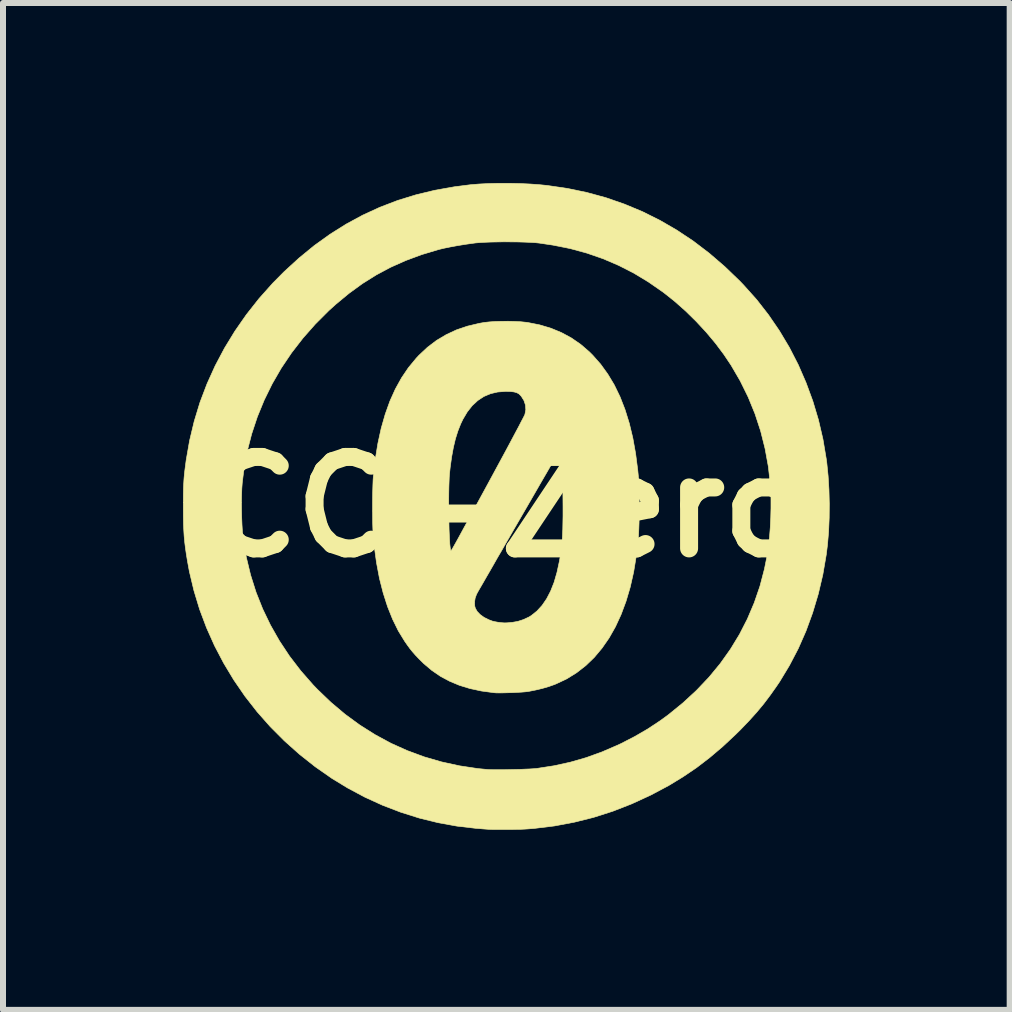
<source format=kicad_pcb>
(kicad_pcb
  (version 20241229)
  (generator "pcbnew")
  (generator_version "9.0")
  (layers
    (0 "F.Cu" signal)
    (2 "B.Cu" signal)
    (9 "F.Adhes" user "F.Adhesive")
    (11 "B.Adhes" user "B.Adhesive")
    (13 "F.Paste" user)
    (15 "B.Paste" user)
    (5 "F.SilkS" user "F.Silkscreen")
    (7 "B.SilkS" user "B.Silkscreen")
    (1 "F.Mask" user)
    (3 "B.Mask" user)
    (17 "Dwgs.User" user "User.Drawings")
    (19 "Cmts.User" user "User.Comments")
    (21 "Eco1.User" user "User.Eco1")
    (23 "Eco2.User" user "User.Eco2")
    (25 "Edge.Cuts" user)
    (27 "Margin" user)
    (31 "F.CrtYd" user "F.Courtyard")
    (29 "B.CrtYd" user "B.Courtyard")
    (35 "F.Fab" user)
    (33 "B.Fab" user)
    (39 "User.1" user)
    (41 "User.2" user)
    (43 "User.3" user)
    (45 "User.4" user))
  (footprint "CC-Zero"
    (layer "F.Cu")
    (at 5.386 5.4)
    (property "Reference" "CC-Zero" (at 0 0 0) (layer "F.SilkS") (effects (font (size 1.524 1.524) (thickness 0.3))))
    (attr through_hole)
    (fp_poly (pts (xy 0.054 -5.395) (xy 0.231 -5.391) (xy 0.403 -5.383) (xy 0.565 -5.371) (xy 0.683 -5.359) (xy 1.019 -5.31) (xy 1.345 -5.242) (xy 1.663 -5.155) (xy 1.971 -5.048) (xy 2.271 -4.923) (xy 2.562 -4.778) (xy 2.845 -4.614) (xy 3.12 -4.431) (xy 3.386 -4.228) (xy 3.645 -4.005) (xy 3.896 -3.763) (xy 3.958 -3.698) (xy 4.173 -3.458) (xy 4.371 -3.204) (xy 4.553 -2.938) (xy 4.719 -2.66) (xy 4.867 -2.372) (xy 4.997 -2.073) (xy 5.11 -1.766) (xy 5.204 -1.452) (xy 5.279 -1.13) (xy 5.334 -0.802) (xy 5.343 -0.736) (xy 5.365 -0.518) (xy 5.379 -0.289) (xy 5.385 -0.054) (xy 5.383 0.181) (xy 5.373 0.412) (xy 5.354 0.633) (xy 5.334 0.794) (xy 5.277 1.126) (xy 5.201 1.449) (xy 5.107 1.763) (xy 4.996 2.067) (xy 4.867 2.36) (xy 4.72 2.641) (xy 4.557 2.911) (xy 4.511 2.979) (xy 4.403 3.132) (xy 4.293 3.278) (xy 4.176 3.419) (xy 4.049 3.56) (xy 3.91 3.705) (xy 3.825 3.789) (xy 3.609 3.991) (xy 3.392 4.175) (xy 3.172 4.344) (xy 2.944 4.498) (xy 2.706 4.643) (xy 2.452 4.778) (xy 2.402 4.804) (xy 2.091 4.947) (xy 1.776 5.07) (xy 1.457 5.172) (xy 1.133 5.253) (xy 0.804 5.315) (xy 0.468 5.356) (xy 0.355 5.365) (xy 0.304 5.368) (xy 0.239 5.371) (xy 0.163 5.372) (xy 0.079 5.374) (xy -0.006 5.374) (xy -0.091 5.374) (xy -0.169 5.374) (xy -0.238 5.373) (xy -0.293 5.371) (xy -0.323 5.369) (xy -0.35 5.367) (xy -0.392 5.364) (xy -0.444 5.359) (xy -0.5 5.355) (xy -0.503 5.355) (xy -0.819 5.318) (xy -1.134 5.261) (xy -1.447 5.184) (xy -1.755 5.087) (xy -2.058 4.971) (xy -2.354 4.836) (xy -2.641 4.683) (xy -2.905 4.522) (xy -3.183 4.328) (xy -3.447 4.119) (xy -3.697 3.896) (xy -3.932 3.66) (xy -4.151 3.412) (xy -4.354 3.152) (xy -4.54 2.881) (xy -4.709 2.6) (xy -4.861 2.31) (xy -4.994 2.012) (xy -5.109 1.706) (xy -5.204 1.393) (xy -5.28 1.074) (xy -5.312 0.9) (xy -5.331 0.784) (xy -5.346 0.68) (xy -5.358 0.582) (xy -5.367 0.486) (xy -5.373 0.388) (xy -5.378 0.283) (xy -5.38 0.168) (xy -5.381 0.036) (xy -5.381 0) (xy -5.381 -0.076) (xy -4.412 -0.076) (xy -4.411 0.05) (xy -4.408 0.176) (xy -4.403 0.298) (xy -4.396 0.41) (xy -4.386 0.507) (xy -4.383 0.535) (xy -4.331 0.838) (xy -4.26 1.132) (xy -4.169 1.42) (xy -4.058 1.699) (xy -3.928 1.969) (xy -3.779 2.231) (xy -3.611 2.485) (xy -3.424 2.729) (xy -3.218 2.964) (xy -3.149 3.036) (xy -2.922 3.254) (xy -2.686 3.453) (xy -2.44 3.633) (xy -2.185 3.794) (xy -1.921 3.937) (xy -1.647 4.06) (xy -1.365 4.164) (xy -1.075 4.248) (xy -0.777 4.313) (xy -0.471 4.359) (xy -0.302 4.375) (xy -0.258 4.377) (xy -0.198 4.378) (xy -0.124 4.378) (xy -0.04 4.378) (xy 0.05 4.376) (xy 0.142 4.374) (xy 0.232 4.372) (xy 0.318 4.368) (xy 0.394 4.365) (xy 0.457 4.361) (xy 0.505 4.357) (xy 0.513 4.356) (xy 0.797 4.312) (xy 1.07 4.252) (xy 1.334 4.176) (xy 1.594 4.082) (xy 1.854 3.97) (xy 1.914 3.942) (xy 2.145 3.823) (xy 2.36 3.698) (xy 2.564 3.563) (xy 2.704 3.461) (xy 2.947 3.263) (xy 3.172 3.055) (xy 3.379 2.837) (xy 3.567 2.609) (xy 3.737 2.37) (xy 3.888 2.122) (xy 4.02 1.864) (xy 4.134 1.596) (xy 4.229 1.319) (xy 4.304 1.033) (xy 4.355 0.778) (xy 4.373 0.646) (xy 4.389 0.498) (xy 4.401 0.341) (xy 4.409 0.179) (xy 4.413 0.018) (xy 4.413 -0.137) (xy 4.409 -0.28) (xy 4.403 -0.366) (xy 4.369 -0.674) (xy 4.314 -0.975) (xy 4.24 -1.269) (xy 4.146 -1.555) (xy 4.033 -1.832) (xy 3.9 -2.102) (xy 3.748 -2.363) (xy 3.626 -2.545) (xy 3.488 -2.729) (xy 3.334 -2.913) (xy 3.166 -3.094) (xy 2.99 -3.267) (xy 2.808 -3.428) (xy 2.626 -3.573) (xy 2.615 -3.581) (xy 2.373 -3.749) (xy 2.127 -3.898) (xy 1.874 -4.027) (xy 1.615 -4.138) (xy 1.347 -4.231) (xy 1.069 -4.307) (xy 0.779 -4.365) (xy 0.55 -4.399) (xy 0.482 -4.406) (xy 0.397 -4.411) (xy 0.299 -4.415) (xy 0.192 -4.418) (xy 0.078 -4.419) (xy -0.037 -4.42) (xy -0.151 -4.418) (xy -0.259 -4.416) (xy -0.359 -4.412) (xy -0.445 -4.407) (xy -0.515 -4.401) (xy -0.529 -4.399) (xy -0.673 -4.379) (xy -0.809 -4.357) (xy -0.935 -4.334) (xy -1.046 -4.311) (xy -1.132 -4.29) (xy -1.411 -4.206) (xy -1.675 -4.108) (xy -1.926 -3.996) (xy -2.166 -3.868) (xy -2.397 -3.723) (xy -2.621 -3.56) (xy -2.841 -3.378) (xy -2.957 -3.273) (xy -3.181 -3.049) (xy -3.388 -2.814) (xy -3.577 -2.57) (xy -3.748 -2.316) (xy -3.9 -2.053) (xy -4.033 -1.782) (xy -4.147 -1.504) (xy -4.242 -1.218) (xy -4.317 -0.926) (xy -4.371 -0.628) (xy -4.399 -0.402) (xy -4.406 -0.307) (xy -4.41 -0.196) (xy -4.412 -0.076) (xy -5.381 -0.076) (xy -5.381 -0.121) (xy -5.38 -0.225) (xy -5.378 -0.316) (xy -5.374 -0.399) (xy -5.369 -0.478) (xy -5.362 -0.556) (xy -5.352 -0.639) (xy -5.34 -0.73) (xy -5.333 -0.783) (xy -5.276 -1.109) (xy -5.199 -1.43) (xy -5.103 -1.745) (xy -4.986 -2.053) (xy -4.85 -2.354) (xy -4.695 -2.647) (xy -4.521 -2.932) (xy -4.329 -3.208) (xy -4.119 -3.474) (xy -3.891 -3.73) (xy -3.704 -3.919) (xy -3.454 -4.148) (xy -3.199 -4.357) (xy -2.936 -4.546) (xy -2.667 -4.715) (xy -2.39 -4.865) (xy -2.105 -4.996) (xy -1.81 -5.109) (xy -1.505 -5.203) (xy -1.19 -5.279) (xy -0.864 -5.337) (xy -0.598 -5.371) (xy -0.453 -5.383) (xy -0.293 -5.391) (xy -0.123 -5.395) (xy 0.054 -5.395)) (stroke (width 0.01) (type solid)) (fill yes) (layer "F.SilkS"))
    (fp_poly (pts (xy 0.141 -3.093) (xy 0.242 -3.088) (xy 0.33 -3.079) (xy 0.355 -3.076) (xy 0.557 -3.036) (xy 0.745 -2.98) (xy 0.921 -2.907) (xy 1.086 -2.818) (xy 1.241 -2.711) (xy 1.386 -2.586) (xy 1.443 -2.529) (xy 1.575 -2.379) (xy 1.694 -2.214) (xy 1.802 -2.034) (xy 1.897 -1.838) (xy 1.98 -1.625) (xy 2.051 -1.397) (xy 2.11 -1.152) (xy 2.157 -0.89) (xy 2.193 -0.61) (xy 2.203 -0.508) (xy 2.207 -0.454) (xy 2.21 -0.383) (xy 2.213 -0.298) (xy 2.215 -0.203) (xy 2.216 -0.103) (xy 2.217 -0.001) (xy 2.217 0) (xy 2.216 0.139) (xy 2.214 0.262) (xy 2.21 0.372) (xy 2.205 0.474) (xy 2.197 0.573) (xy 2.186 0.673) (xy 2.173 0.779) (xy 2.168 0.815) (xy 2.124 1.083) (xy 2.067 1.335) (xy 1.997 1.571) (xy 1.915 1.791) (xy 1.821 1.995) (xy 1.715 2.182) (xy 1.597 2.352) (xy 1.468 2.506) (xy 1.327 2.642) (xy 1.174 2.761) (xy 1.01 2.863) (xy 0.834 2.946) (xy 0.808 2.957) (xy 0.712 2.991) (xy 0.603 3.023) (xy 0.489 3.05) (xy 0.378 3.072) (xy 0.36 3.075) (xy 0.315 3.08) (xy 0.254 3.085) (xy 0.184 3.089) (xy 0.106 3.093) (xy 0.028 3.095) (xy -0.047 3.097) (xy -0.115 3.098) (xy -0.171 3.097) (xy -0.206 3.094) (xy -0.413 3.066) (xy -0.604 3.025) (xy -0.78 2.971) (xy -0.943 2.903) (xy -1.096 2.821) (xy -1.239 2.723) (xy -1.374 2.609) (xy -1.451 2.533) (xy -1.511 2.47) (xy -1.56 2.414) (xy -1.604 2.36) (xy -1.647 2.301) (xy -1.691 2.238) (xy -1.798 2.063) (xy -1.893 1.87) (xy -1.977 1.66) (xy -2.001 1.585) (xy -0.528 1.585) (xy -0.524 1.651) (xy -0.514 1.687) (xy -0.483 1.741) (xy -0.434 1.792) (xy -0.369 1.839) (xy -0.291 1.878) (xy -0.234 1.9) (xy -0.192 1.91) (xy -0.139 1.92) (xy -0.083 1.927) (xy -0.031 1.931) (xy 0.009 1.93) (xy 0.011 1.93) (xy 0.036 1.928) (xy 0.072 1.924) (xy 0.102 1.922) (xy 0.194 1.906) (xy 0.289 1.875) (xy 0.379 1.833) (xy 0.418 1.809) (xy 0.513 1.733) (xy 0.598 1.64) (xy 0.674 1.529) (xy 0.741 1.4) (xy 0.799 1.253) (xy 0.847 1.087) (xy 0.887 0.902) (xy 0.894 0.863) (xy 0.907 0.781) (xy 0.918 0.704) (xy 0.927 0.627) (xy 0.934 0.548) (xy 0.939 0.464) (xy 0.943 0.372) (xy 0.945 0.268) (xy 0.947 0.149) (xy 0.947 0.013) (xy 0.947 -0.005) (xy 0.946 -0.149) (xy 0.945 -0.274) (xy 0.942 -0.385) (xy 0.937 -0.484) (xy 0.931 -0.574) (xy 0.923 -0.658) (xy 0.913 -0.74) (xy 0.9 -0.822) (xy 0.896 -0.848) (xy 0.889 -0.887) (xy 0.884 -0.909) (xy 0.879 -0.915) (xy 0.872 -0.909) (xy 0.866 -0.9) (xy 0.856 -0.884) (xy 0.837 -0.852) (xy 0.809 -0.804) (xy 0.773 -0.741) (xy 0.729 -0.667) (xy 0.679 -0.58) (xy 0.623 -0.484) (xy 0.562 -0.379) (xy 0.497 -0.266) (xy 0.429 -0.148) (xy 0.358 -0.025) (xy 0.285 0.101) (xy 0.211 0.229) (xy 0.136 0.358) (xy 0.063 0.485) (xy -0.01 0.611) (xy -0.08 0.733) (xy -0.148 0.849) (xy -0.211 0.96) (xy -0.27 1.063) (xy -0.324 1.156) (xy -0.372 1.24) (xy -0.413 1.311) (xy -0.447 1.369) (xy -0.472 1.413) (xy -0.487 1.441) (xy -0.493 1.451) (xy -0.517 1.516) (xy -0.528 1.585) (xy -2.001 1.585) (xy -2.05 1.432) (xy -2.112 1.189) (xy -2.161 0.929) (xy -2.199 0.654) (xy -2.214 0.508) (xy -2.218 0.443) (xy -2.222 0.36) (xy -2.225 0.264) (xy -2.226 0.159) (xy -2.227 0.048) (xy -2.227 -0.039) (xy -0.958 -0.039) (xy -0.958 0.067) (xy -0.956 0.174) (xy -0.954 0.277) (xy -0.952 0.375) (xy -0.948 0.466) (xy -0.944 0.547) (xy -0.94 0.615) (xy -0.934 0.669) (xy -0.929 0.707) (xy -0.923 0.723) (xy -0.922 0.725) (xy -0.921 0.727) (xy -0.919 0.726) (xy -0.916 0.724) (xy -0.911 0.717) (xy -0.904 0.706) (xy -0.894 0.69) (xy -0.881 0.667) (xy -0.864 0.637) (xy -0.842 0.598) (xy -0.816 0.551) (xy -0.784 0.493) (xy -0.746 0.423) (xy -0.702 0.342) (xy -0.65 0.248) (xy -0.591 0.139) (xy -0.524 0.016) (xy -0.448 -0.124) (xy -0.363 -0.28) (xy -0.294 -0.407) (xy -0.217 -0.549) (xy -0.143 -0.686) (xy -0.072 -0.817) (xy -0.005 -0.941) (xy 0.057 -1.057) (xy 0.114 -1.164) (xy 0.165 -1.26) (xy 0.21 -1.344) (xy 0.247 -1.416) (xy 0.277 -1.473) (xy 0.298 -1.514) (xy 0.31 -1.539) (xy 0.312 -1.544) (xy 0.327 -1.622) (xy 0.321 -1.7) (xy 0.296 -1.775) (xy 0.252 -1.845) (xy 0.237 -1.862) (xy 0.209 -1.888) (xy 0.175 -1.906) (xy 0.131 -1.918) (xy 0.074 -1.925) (xy 0.000343 -1.927) (xy -0.013 -1.927) (xy -0.142 -1.917) (xy -0.262 -1.889) (xy -0.373 -1.842) (xy -0.474 -1.775) (xy -0.566 -1.69) (xy -0.648 -1.586) (xy -0.721 -1.463) (xy -0.758 -1.386) (xy -0.805 -1.267) (xy -0.846 -1.137) (xy -0.88 -0.994) (xy -0.909 -0.837) (xy -0.933 -0.663) (xy -0.944 -0.561) (xy -0.949 -0.5) (xy -0.952 -0.425) (xy -0.955 -0.34) (xy -0.957 -0.245) (xy -0.958 -0.144) (xy -0.958 -0.039) (xy -2.227 -0.039) (xy -2.227 -0.065) (xy -2.226 -0.175) (xy -2.224 -0.279) (xy -2.221 -0.374) (xy -2.218 -0.454) (xy -2.214 -0.508) (xy -2.182 -0.794) (xy -2.138 -1.062) (xy -2.083 -1.313) (xy -2.016 -1.547) (xy -1.938 -1.765) (xy -1.847 -1.967) (xy -1.744 -2.153) (xy -1.629 -2.323) (xy -1.501 -2.478) (xy -1.454 -2.529) (xy -1.312 -2.662) (xy -1.162 -2.776) (xy -1.001 -2.872) (xy -0.83 -2.952) (xy -0.647 -3.014) (xy -0.45 -3.061) (xy -0.365 -3.076) (xy -0.283 -3.085) (xy -0.185 -3.092) (xy -0.078 -3.095) (xy 0.032 -3.096) (xy 0.141 -3.093)) (stroke (width 0.01) (type solid)) (fill yes) (layer "F.SilkS")))
  (gr_rect
    (start -3 -3)
    (end 13.777 13.78)
    (stroke (width 0.1) (type default))
    (fill no)
    (layer "Edge.Cuts")))
</source>
